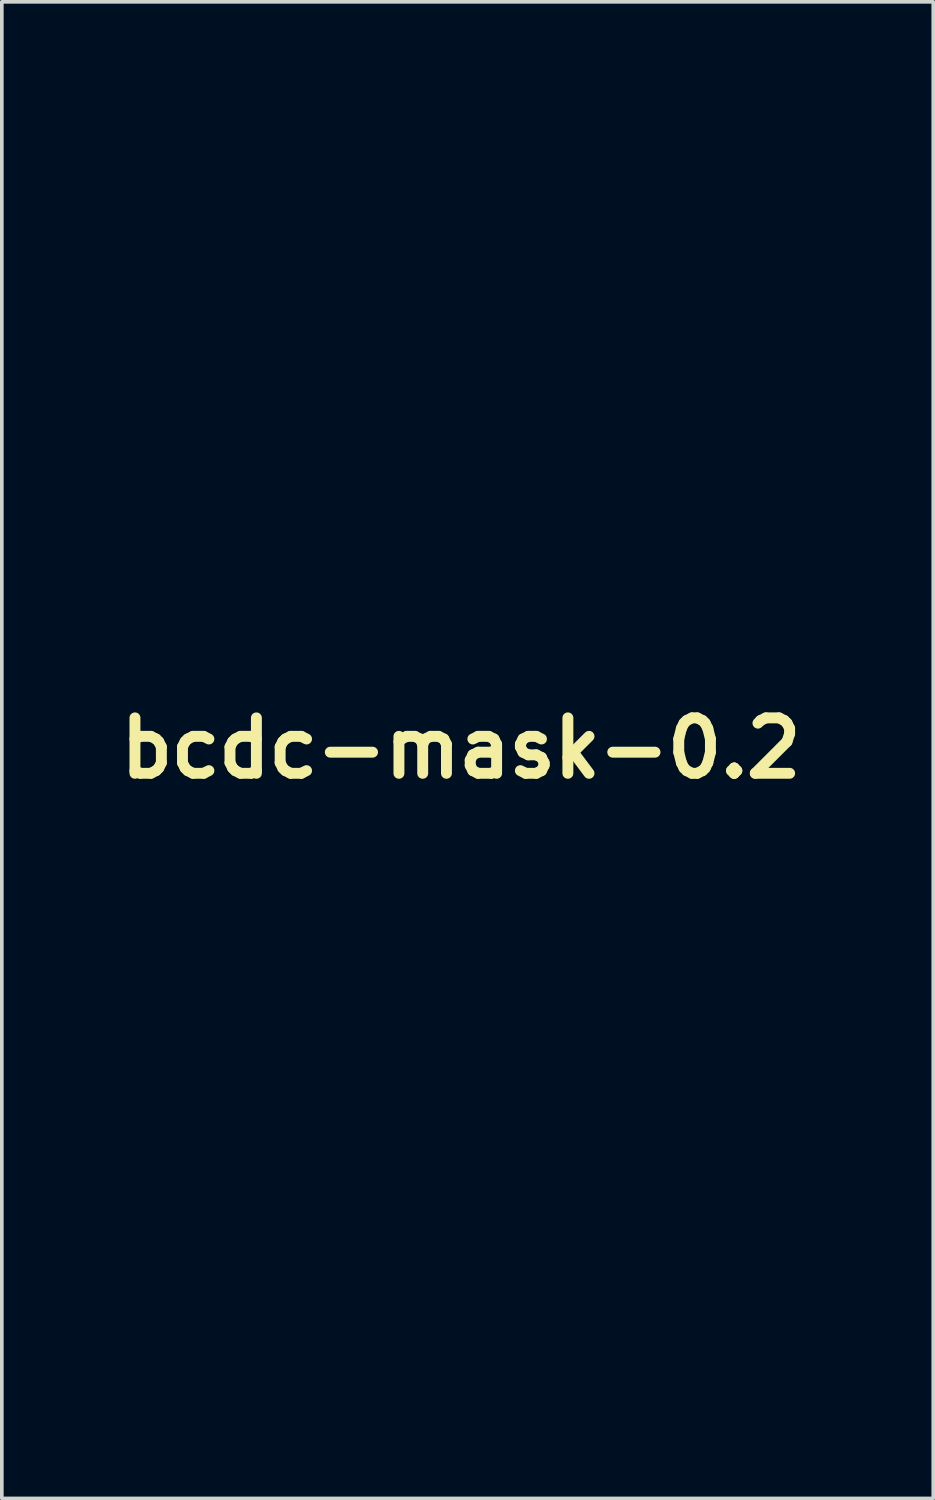
<source format=kicad_pcb>
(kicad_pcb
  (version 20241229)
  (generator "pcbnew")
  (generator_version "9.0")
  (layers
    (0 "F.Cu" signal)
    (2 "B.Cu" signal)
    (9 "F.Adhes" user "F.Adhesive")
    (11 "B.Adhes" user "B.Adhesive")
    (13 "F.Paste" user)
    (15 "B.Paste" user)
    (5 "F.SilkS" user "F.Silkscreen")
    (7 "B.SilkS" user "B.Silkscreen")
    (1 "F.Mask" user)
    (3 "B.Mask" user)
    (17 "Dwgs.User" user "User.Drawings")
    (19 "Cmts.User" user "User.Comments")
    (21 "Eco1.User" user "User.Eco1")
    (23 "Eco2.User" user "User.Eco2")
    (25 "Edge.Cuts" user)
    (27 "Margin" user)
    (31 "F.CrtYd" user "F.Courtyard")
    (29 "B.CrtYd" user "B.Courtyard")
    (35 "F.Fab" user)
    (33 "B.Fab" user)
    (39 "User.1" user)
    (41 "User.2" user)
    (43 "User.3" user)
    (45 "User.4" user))
  (footprint "bcdc-mask-0.2"
    (layer "F.Cu")
    (at 9.623 17.52)
    (property "Reference" "bcdc-mask-0.2" (at 0 0 0) (layer "F.SilkS") (effects (font (size 1.524 1.524) (thickness 0.3))))
    (attr through_hole)
    (fp_poly (pts (xy 9.023 -2.976) (xy 9.092 -2.932) (xy 9.124 -2.842) (xy 9.12 -2.701) (xy 9.1 -2.587) (xy 9.076 -2.369) (xy 9.08 -2.104) (xy 9.112 -1.811) (xy 9.17 -1.507) (xy 9.188 -1.434) (xy 9.237 -1.265) (xy 9.298 -1.091) (xy 9.364 -0.927) (xy 9.43 -0.789) (xy 9.487 -0.692) (xy 9.522 -0.654) (xy 9.555 -0.667) (xy 9.584 -0.738) (xy 9.609 -0.856) (xy 9.625 -1.008) (xy 9.631 -1.176) (xy 9.619 -1.385) (xy 9.588 -1.629) (xy 9.542 -1.883) (xy 9.486 -2.12) (xy 9.424 -2.316) (xy 9.418 -2.33) (xy 9.361 -2.515) (xy 9.354 -2.65) (xy 9.396 -2.736) (xy 9.42 -2.752) (xy 9.514 -2.774) (xy 9.601 -2.734) (xy 9.684 -2.63) (xy 9.763 -2.46) (xy 9.841 -2.223) (xy 9.882 -2.068) (xy 9.923 -1.859) (xy 9.954 -1.62) (xy 9.973 -1.367) (xy 9.979 -1.12) (xy 9.973 -0.895) (xy 9.953 -0.71) (xy 9.935 -0.628) (xy 9.859 -0.446) (xy 9.754 -0.323) (xy 9.629 -0.26) (xy 9.489 -0.262) (xy 9.345 -0.328) (xy 9.219 -0.447) (xy 9.1 -0.626) (xy 8.99 -0.854) (xy 8.894 -1.12) (xy 8.815 -1.413) (xy 8.756 -1.722) (xy 8.722 -2.037) (xy 8.714 -2.265) (xy 8.726 -2.536) (xy 8.761 -2.744) (xy 8.82 -2.888) (xy 8.901 -2.967) (xy 9.005 -2.98) (xy 9.023 -2.976)) (stroke (width 0.01) (type solid)) (fill yes) (layer "F.Mask"))
    (fp_poly (pts (xy -0.053 -17.515) (xy 0.323 -17.514) (xy 0.638 -17.511) (xy 0.903 -17.507) (xy 1.128 -17.499) (xy 1.324 -17.489) (xy 1.499 -17.476) (xy 1.664 -17.459) (xy 1.729 -17.451) (xy 2.46 -17.339) (xy 3.14 -17.192) (xy 3.765 -17.011) (xy 4.286 -16.815) (xy 4.855 -16.536) (xy 5.393 -16.194) (xy 5.902 -15.788) (xy 6.382 -15.317) (xy 6.831 -14.783) (xy 7.251 -14.185) (xy 7.641 -13.523) (xy 7.727 -13.36) (xy 7.846 -13.124) (xy 7.927 -12.947) (xy 7.97 -12.83) (xy 7.974 -12.771) (xy 7.94 -12.772) (xy 7.868 -12.832) (xy 7.756 -12.951) (xy 7.607 -13.129) (xy 7.518 -13.239) (xy 7.071 -13.784) (xy 6.642 -14.271) (xy 6.222 -14.711) (xy 5.803 -15.111) (xy 5.54 -15.343) (xy 5.102 -15.68) (xy 4.653 -15.948) (xy 4.188 -16.148) (xy 3.706 -16.281) (xy 3.202 -16.349) (xy 2.673 -16.352) (xy 2.498 -16.34) (xy 2.168 -16.301) (xy 1.799 -16.243) (xy 1.414 -16.17) (xy 1.036 -16.086) (xy 0.688 -15.996) (xy 0.463 -15.928) (xy 0.274 -15.87) (xy 0.12 -15.832) (xy -0.017 -15.816) (xy -0.154 -15.822) (xy -0.308 -15.85) (xy -0.498 -15.901) (xy -0.686 -15.958) (xy -1.112 -16.079) (xy -1.552 -16.18) (xy -1.991 -16.26) (xy -2.417 -16.318) (xy -2.817 -16.351) (xy -3.178 -16.357) (xy -3.447 -16.34) (xy -3.964 -16.246) (xy -4.462 -16.084) (xy -4.94 -15.856) (xy -5.336 -15.603) (xy -5.553 -15.435) (xy -5.803 -15.218) (xy -6.078 -14.96) (xy -6.37 -14.671) (xy -6.672 -14.358) (xy -6.974 -14.03) (xy -7.269 -13.694) (xy -7.549 -13.36) (xy -7.703 -13.167) (xy -7.817 -13.026) (xy -7.916 -12.906) (xy -7.994 -12.819) (xy -8.039 -12.774) (xy -8.047 -12.771) (xy -8.073 -12.8) (xy -8.079 -12.842) (xy -8.059 -12.928) (xy -8.005 -13.063) (xy -7.921 -13.237) (xy -7.812 -13.442) (xy -7.684 -13.669) (xy -7.542 -13.908) (xy -7.391 -14.149) (xy -7.237 -14.385) (xy -7.084 -14.606) (xy -6.981 -14.747) (xy -6.561 -15.259) (xy -6.111 -15.712) (xy -5.629 -16.11) (xy -5.109 -16.454) (xy -4.55 -16.747) (xy -3.945 -16.99) (xy -3.292 -17.187) (xy -2.587 -17.339) (xy -2.505 -17.353) (xy -2.249 -17.396) (xy -2.018 -17.43) (xy -1.799 -17.457) (xy -1.581 -17.478) (xy -1.352 -17.493) (xy -1.101 -17.504) (xy -0.815 -17.511) (xy -0.483 -17.514) (xy -0.093 -17.515) (xy -0.053 -17.515)) (stroke (width 0.01) (type solid)) (fill yes) (layer "F.Mask"))
    (fp_poly (pts (xy 4.973 -8.714) (xy 5.433 -8.713) (xy 5.831 -8.713) (xy 6.173 -8.712) (xy 6.463 -8.711) (xy 6.707 -8.709) (xy 6.907 -8.707) (xy 7.07 -8.704) (xy 7.2 -8.699) (xy 7.301 -8.694) (xy 7.379 -8.688) (xy 7.437 -8.68) (xy 7.481 -8.671) (xy 7.516 -8.661) (xy 7.546 -8.649) (xy 7.566 -8.64) (xy 7.758 -8.514) (xy 7.922 -8.338) (xy 8.04 -8.133) (xy 8.064 -8.065) (xy 8.127 -7.867) (xy 8.819 -7.867) (xy 8.819 -7.267) (xy 8.119 -7.267) (xy 8.107 -6.482) (xy 8.102 -6.198) (xy 8.094 -5.974) (xy 8.081 -5.8) (xy 8.059 -5.666) (xy 8.026 -5.56) (xy 7.98 -5.474) (xy 7.918 -5.396) (xy 7.837 -5.315) (xy 7.8 -5.281) (xy 7.752 -5.237) (xy 7.711 -5.198) (xy 7.671 -5.164) (xy 7.628 -5.135) (xy 7.576 -5.111) (xy 7.513 -5.09) (xy 7.431 -5.073) (xy 7.328 -5.059) (xy 7.198 -5.049) (xy 7.037 -5.041) (xy 6.839 -5.035) (xy 6.601 -5.031) (xy 6.317 -5.028) (xy 5.983 -5.027) (xy 5.595 -5.027) (xy 5.146 -5.027) (xy 4.634 -5.027) (xy 4.445 -5.027) (xy 3.921 -5.027) (xy 3.463 -5.027) (xy 3.066 -5.028) (xy 2.725 -5.028) (xy 2.437 -5.03) (xy 2.195 -5.031) (xy 1.995 -5.034) (xy 1.834 -5.037) (xy 1.705 -5.041) (xy 1.604 -5.047) (xy 1.527 -5.053) (xy 1.469 -5.061) (xy 1.424 -5.07) (xy 1.389 -5.08) (xy 1.359 -5.092) (xy 1.337 -5.102) (xy 1.138 -5.227) (xy 0.967 -5.397) (xy 0.862 -5.56) (xy 0.839 -5.613) (xy 0.822 -5.676) (xy 0.808 -5.76) (xy 0.797 -5.874) (xy 0.789 -6.029) (xy 0.782 -6.234) (xy 0.776 -6.49) (xy 0.758 -7.283) (xy 0.582 -7.353) (xy 0.428 -7.394) (xy 0.227 -7.419) (xy -0.000192 -7.43) (xy -0.232 -7.424) (xy -0.447 -7.404) (xy -0.624 -7.368) (xy -0.67 -7.353) (xy -0.864 -7.28) (xy -0.883 -6.506) (xy -0.891 -6.227) (xy -0.9 -6.007) (xy -0.914 -5.836) (xy -0.934 -5.705) (xy -0.963 -5.601) (xy -1.003 -5.515) (xy -1.057 -5.436) (xy -1.127 -5.354) (xy -1.143 -5.335) (xy -1.253 -5.236) (xy -1.389 -5.145) (xy -1.456 -5.111) (xy -1.64 -5.027) (xy -4.48 -5.022) (xy -4.926 -5.021) (xy -5.353 -5.021) (xy -5.757 -5.022) (xy -6.133 -5.024) (xy -6.474 -5.026) (xy -6.774 -5.029) (xy -7.029 -5.032) (xy -7.232 -5.036) (xy -7.377 -5.041) (xy -7.46 -5.045) (xy -7.474 -5.047) (xy -7.662 -5.109) (xy -7.843 -5.21) (xy -7.99 -5.335) (xy -8.023 -5.374) (xy -8.085 -5.459) (xy -8.132 -5.539) (xy -8.167 -5.625) (xy -8.191 -5.729) (xy -8.206 -5.861) (xy -8.215 -6.031) (xy -8.219 -6.251) (xy -8.22 -6.508) (xy -8.22 -7.267) (xy -8.961 -7.267) (xy -8.961 -7.867) (xy -8.229 -7.867) (xy -8.222 -7.908) (xy -7.62 -7.908) (xy -7.62 -6.89) (xy -7.62 -6.578) (xy -7.618 -6.328) (xy -7.613 -6.134) (xy -7.604 -5.986) (xy -7.589 -5.878) (xy -7.567 -5.801) (xy -7.536 -5.748) (xy -7.495 -5.71) (xy -7.442 -5.681) (xy -7.395 -5.659) (xy -7.337 -5.649) (xy -7.216 -5.641) (xy -7.038 -5.633) (xy -6.811 -5.627) (xy -6.539 -5.622) (xy -6.231 -5.618) (xy -5.893 -5.615) (xy -5.531 -5.613) (xy -5.152 -5.612) (xy -4.763 -5.612) (xy -4.37 -5.613) (xy -3.979 -5.616) (xy -3.598 -5.619) (xy -3.232 -5.623) (xy -2.89 -5.628) (xy -2.576 -5.634) (xy -2.298 -5.641) (xy -2.062 -5.648) (xy -1.875 -5.657) (xy -1.744 -5.666) (xy -1.674 -5.676) (xy -1.667 -5.679) (xy -1.614 -5.719) (xy -1.572 -5.764) (xy -1.54 -5.823) (xy -1.516 -5.904) (xy -1.5 -6.016) (xy -1.491 -6.166) (xy -1.486 -6.362) (xy -1.486 -6.612) (xy -1.489 -6.924) (xy -1.489 -6.93) (xy -1.499 -7.898) (xy -1.509 -7.908) (xy 1.376 -7.908) (xy 1.376 -6.887) (xy 1.376 -6.591) (xy 1.377 -6.357) (xy 1.379 -6.178) (xy 1.383 -6.044) (xy 1.39 -5.947) (xy 1.4 -5.88) (xy 1.412 -5.834) (xy 1.429 -5.8) (xy 1.449 -5.773) (xy 1.536 -5.696) (xy 1.634 -5.648) (xy 1.691 -5.642) (xy 1.813 -5.636) (xy 1.991 -5.631) (xy 2.22 -5.626) (xy 2.492 -5.622) (xy 2.801 -5.619) (xy 3.14 -5.616) (xy 3.502 -5.614) (xy 3.881 -5.613) (xy 4.269 -5.612) (xy 4.661 -5.612) (xy 5.048 -5.613) (xy 5.425 -5.614) (xy 5.784 -5.616) (xy 6.119 -5.618) (xy 6.424 -5.622) (xy 6.69 -5.626) (xy 6.913 -5.63) (xy 7.084 -5.635) (xy 7.197 -5.641) (xy 7.243 -5.647) (xy 7.378 -5.717) (xy 7.445 -5.797) (xy 7.466 -5.835) (xy 7.482 -5.879) (xy 7.494 -5.939) (xy 7.502 -6.023) (xy 7.508 -6.14) (xy 7.512 -6.299) (xy 7.513 -6.508) (xy 7.514 -6.776) (xy 7.514 -6.873) (xy 7.514 -7.174) (xy 7.511 -7.414) (xy 7.507 -7.6) (xy 7.498 -7.74) (xy 7.484 -7.843) (xy 7.464 -7.918) (xy 7.437 -7.972) (xy 7.402 -8.015) (xy 7.36 -8.051) (xy 7.343 -8.062) (xy 7.317 -8.072) (xy 7.278 -8.08) (xy 7.221 -8.087) (xy 7.141 -8.093) (xy 7.034 -8.098) (xy 6.896 -8.102) (xy 6.721 -8.106) (xy 6.506 -8.108) (xy 6.244 -8.11) (xy 5.933 -8.111) (xy 5.567 -8.112) (xy 5.141 -8.113) (xy 4.651 -8.113) (xy 4.433 -8.113) (xy 1.582 -8.114) (xy 1.479 -8.011) (xy 1.376 -7.908) (xy -1.509 -7.908) (xy -1.603 -8.006) (xy -1.707 -8.114) (xy -7.414 -8.114) (xy -7.517 -8.011) (xy -7.62 -7.908) (xy -8.222 -7.908) (xy -8.207 -8.004) (xy -8.152 -8.168) (xy -8.048 -8.337) (xy -7.911 -8.49) (xy -7.782 -8.589) (xy -7.608 -8.696) (xy -4.614 -8.705) (xy -4.086 -8.707) (xy -3.624 -8.708) (xy -3.222 -8.709) (xy -2.877 -8.71) (xy -2.584 -8.709) (xy -2.339 -8.708) (xy -2.135 -8.707) (xy -1.97 -8.704) (xy -1.837 -8.7) (xy -1.733 -8.696) (xy -1.653 -8.69) (xy -1.592 -8.682) (xy -1.545 -8.674) (xy -1.507 -8.664) (xy -1.475 -8.652) (xy -1.446 -8.639) (xy -1.29 -8.547) (xy -1.146 -8.418) (xy -1.027 -8.268) (xy -0.946 -8.114) (xy -0.917 -7.975) (xy -0.912 -7.945) (xy -0.888 -7.933) (xy -0.829 -7.94) (xy -0.721 -7.966) (xy -0.679 -7.977) (xy -0.42 -8.023) (xy -0.122 -8.042) (xy 0.189 -8.033) (xy 0.487 -7.998) (xy 0.675 -7.957) (xy 0.738 -7.948) (xy 0.775 -7.974) (xy 0.808 -8.051) (xy 0.813 -8.067) (xy 0.924 -8.297) (xy 1.086 -8.49) (xy 1.289 -8.633) (xy 1.387 -8.676) (xy 1.442 -8.684) (xy 1.564 -8.691) (xy 1.754 -8.697) (xy 2.011 -8.702) (xy 2.337 -8.706) (xy 2.731 -8.709) (xy 3.195 -8.712) (xy 3.728 -8.713) (xy 4.331 -8.714) (xy 4.448 -8.714) (xy 4.973 -8.714)) (stroke (width 0.01) (type solid)) (fill yes) (layer "F.Mask"))
    (fp_poly (pts (xy 0.106 -2.353) (xy 0.505 -2.332) (xy 0.855 -2.291) (xy 1.173 -2.228) (xy 1.478 -2.136) (xy 1.79 -2.011) (xy 2.02 -1.904) (xy 2.446 -1.671) (xy 2.875 -1.386) (xy 3.313 -1.047) (xy 3.765 -0.649) (xy 4.217 -0.207) (xy 4.389 -0.029) (xy 4.557 0.151) (xy 4.71 0.318) (xy 4.836 0.462) (xy 4.926 0.57) (xy 4.934 0.582) (xy 5.129 0.875) (xy 5.299 1.198) (xy 5.434 1.528) (xy 5.507 1.782) (xy 5.589 2.109) (xy 5.67 2.372) (xy 5.755 2.579) (xy 5.845 2.737) (xy 5.946 2.852) (xy 6.06 2.931) (xy 6.08 2.941) (xy 6.173 2.977) (xy 6.245 2.978) (xy 6.322 2.952) (xy 6.479 2.853) (xy 6.646 2.685) (xy 6.823 2.448) (xy 7.011 2.143) (xy 7.208 1.77) (xy 7.415 1.33) (xy 7.632 0.822) (xy 7.858 0.248) (xy 8.079 -0.353) (xy 8.156 -0.565) (xy 8.233 -0.768) (xy 8.304 -0.948) (xy 8.362 -1.089) (xy 8.397 -1.164) (xy 8.451 -1.269) (xy 8.483 -1.318) (xy 8.502 -1.318) (xy 8.516 -1.275) (xy 8.521 -1.256) (xy 8.535 -1.145) (xy 8.538 -0.975) (xy 8.531 -0.756) (xy 8.515 -0.498) (xy 8.49 -0.212) (xy 8.459 0.092) (xy 8.421 0.404) (xy 8.378 0.714) (xy 8.332 1.011) (xy 8.282 1.285) (xy 8.27 1.341) (xy 8.179 1.73) (xy 8.068 2.099) (xy 7.932 2.456) (xy 7.767 2.81) (xy 7.568 3.17) (xy 7.33 3.546) (xy 7.048 3.946) (xy 6.718 4.381) (xy 6.63 4.492) (xy 6.393 4.793) (xy 6.194 5.055) (xy 6.03 5.289) (xy 5.899 5.503) (xy 5.798 5.706) (xy 5.725 5.91) (xy 5.677 6.122) (xy 5.652 6.352) (xy 5.647 6.611) (xy 5.66 6.907) (xy 5.688 7.25) (xy 5.729 7.65) (xy 5.748 7.832) (xy 5.835 8.596) (xy 5.932 9.396) (xy 6.037 10.217) (xy 6.147 11.042) (xy 6.26 11.855) (xy 6.375 12.641) (xy 6.489 13.383) (xy 6.567 13.864) (xy 6.64 14.339) (xy 6.692 14.753) (xy 6.722 15.113) (xy 6.73 15.426) (xy 6.715 15.696) (xy 6.677 15.933) (xy 6.616 16.141) (xy 6.532 16.327) (xy 6.423 16.498) (xy 6.401 16.527) (xy 6.275 16.656) (xy 6.101 16.785) (xy 5.901 16.9) (xy 5.697 16.988) (xy 5.65 17.003) (xy 5.424 17.065) (xy 5.14 17.131) (xy 4.813 17.198) (xy 4.456 17.266) (xy 4.082 17.33) (xy 3.705 17.389) (xy 3.338 17.44) (xy 2.995 17.482) (xy 2.857 17.496) (xy 2.398 17.534) (xy 1.885 17.565) (xy 1.332 17.59) (xy 0.756 17.607) (xy 0.173 17.617) (xy -0.403 17.619) (xy -0.955 17.614) (xy -1.468 17.599) (xy -1.87 17.58) (xy -2.698 17.519) (xy -3.48 17.436) (xy -4.212 17.334) (xy -4.887 17.213) (xy -5.5 17.073) (xy -5.564 17.056) (xy -5.902 16.948) (xy -6.178 16.815) (xy -6.399 16.653) (xy -6.57 16.458) (xy -6.643 16.34) (xy -6.731 16.152) (xy -6.796 15.949) (xy -6.838 15.722) (xy -6.857 15.466) (xy -6.854 15.173) (xy -6.829 14.835) (xy -6.781 14.445) (xy -6.712 13.995) (xy -6.708 13.97) (xy -6.633 13.514) (xy -6.557 13.031) (xy -6.481 12.529) (xy -6.406 12.013) (xy -6.331 11.487) (xy -6.258 10.958) (xy -6.187 10.432) (xy -6.12 9.913) (xy -6.056 9.407) (xy -5.997 8.921) (xy -5.943 8.459) (xy -5.895 8.027) (xy -5.853 7.631) (xy -5.819 7.277) (xy -5.792 6.969) (xy -5.774 6.713) (xy -5.766 6.515) (xy -5.767 6.381) (xy -5.768 6.371) (xy -5.827 5.994) (xy -5.939 5.651) (xy -6.111 5.327) (xy -6.33 5.033) (xy -6.517 4.804) (xy -6.722 4.545) (xy -6.931 4.272) (xy -7.132 4.002) (xy -7.314 3.75) (xy -7.463 3.533) (xy -7.478 3.51) (xy -7.759 3.053) (xy -7.986 2.612) (xy -8.167 2.168) (xy -8.311 1.703) (xy -8.374 1.444) (xy -8.428 1.179) (xy -8.479 0.882) (xy -8.526 0.563) (xy -8.567 0.235) (xy -8.602 -0.089) (xy -8.629 -0.398) (xy -8.647 -0.677) (xy -8.654 -0.917) (xy -8.65 -1.103) (xy -8.646 -1.147) (xy -8.622 -1.358) (xy -8.505 -1.111) (xy -8.461 -1.013) (xy -8.397 -0.86) (xy -8.317 -0.663) (xy -8.226 -0.435) (xy -8.127 -0.186) (xy -8.027 0.071) (xy -8.023 0.082) (xy -7.916 0.357) (xy -7.804 0.639) (xy -7.694 0.912) (xy -7.592 1.163) (xy -7.503 1.375) (xy -7.443 1.515) (xy -7.268 1.888) (xy -7.094 2.213) (xy -6.922 2.486) (xy -6.758 2.702) (xy -6.602 2.859) (xy -6.476 2.942) (xy -6.384 2.978) (xy -6.312 2.978) (xy -6.237 2.951) (xy -6.096 2.866) (xy -5.974 2.735) (xy -5.928 2.656) (xy -3.903 2.656) (xy -3.844 3.032) (xy -3.736 3.381) (xy -3.592 3.671) (xy -3.412 3.901) (xy -3.194 4.074) (xy -2.938 4.19) (xy -2.777 4.231) (xy -2.535 4.261) (xy -2.334 4.245) (xy -2.203 4.202) (xy -2.052 4.103) (xy -1.909 3.956) (xy -1.794 3.784) (xy -1.745 3.674) (xy -1.72 3.572) (xy -1.695 3.421) (xy -1.673 3.243) (xy -1.66 3.087) (xy -1.642 2.868) (xy -1.622 2.707) (xy -1.595 2.59) (xy -1.557 2.506) (xy -1.505 2.441) (xy -1.459 2.401) (xy -1.405 2.364) (xy -1.346 2.343) (xy -1.264 2.334) (xy -1.14 2.335) (xy -1.042 2.339) (xy -0.863 2.353) (xy -0.677 2.378) (xy -0.519 2.409) (xy -0.494 2.415) (xy -0.296 2.45) (xy -0.063 2.461) (xy 0.176 2.451) (xy 0.395 2.419) (xy 0.525 2.384) (xy 0.659 2.352) (xy 0.837 2.332) (xy 0.97 2.328) (xy 1.144 2.335) (xy 1.277 2.36) (xy 1.373 2.413) (xy 1.44 2.502) (xy 1.485 2.635) (xy 1.513 2.822) (xy 1.532 3.069) (xy 1.557 3.343) (xy 1.598 3.564) (xy 1.66 3.746) (xy 1.746 3.906) (xy 1.781 3.955) (xy 1.929 4.116) (xy 2.102 4.217) (xy 2.306 4.26) (xy 2.547 4.248) (xy 2.653 4.229) (xy 2.94 4.135) (xy 3.189 3.986) (xy 3.393 3.787) (xy 3.543 3.547) (xy 3.685 3.172) (xy 3.764 2.786) (xy 3.779 2.399) (xy 3.731 2.019) (xy 3.619 1.658) (xy 3.564 1.535) (xy 3.374 1.225) (xy 3.124 0.941) (xy 2.82 0.684) (xy 2.469 0.456) (xy 2.076 0.259) (xy 1.649 0.097) (xy 1.194 -0.029) (xy 0.717 -0.116) (xy 0.225 -0.162) (xy -0.277 -0.166) (xy -0.78 -0.123) (xy -1.005 -0.089) (xy -1.465 0.012) (xy -1.91 0.15) (xy -2.327 0.319) (xy -2.699 0.514) (xy -2.91 0.651) (xy -3.23 0.918) (xy -3.49 1.218) (xy -3.69 1.547) (xy -3.826 1.9) (xy -3.898 2.271) (xy -3.903 2.656) (xy -5.928 2.656) (xy -5.868 2.553) (xy -5.774 2.314) (xy -5.689 2.012) (xy -5.665 1.906) (xy -5.549 1.508) (xy -5.384 1.116) (xy -5.182 0.753) (xy -5.05 0.564) (xy -4.973 0.47) (xy -4.855 0.337) (xy -4.709 0.177) (xy -4.543 0.001) (xy -4.369 -0.18) (xy -4.316 -0.233) (xy -3.894 -0.646) (xy -3.494 -1.003) (xy -3.108 -1.309) (xy -2.726 -1.573) (xy -2.342 -1.799) (xy -2.099 -1.923) (xy -1.733 -2.084) (xy -1.38 -2.205) (xy -1.023 -2.288) (xy -0.644 -2.338) (xy -0.228 -2.357) (xy 0.106 -2.353)) (stroke (width 0.01) (type solid)) (fill yes) (layer "F.Mask")))
  (gr_rect
    (start -3 -3)
    (end 22.607 38.144)
    (stroke (width 0.1) (type default))
    (fill no)
    (layer "Edge.Cuts")))
</source>
